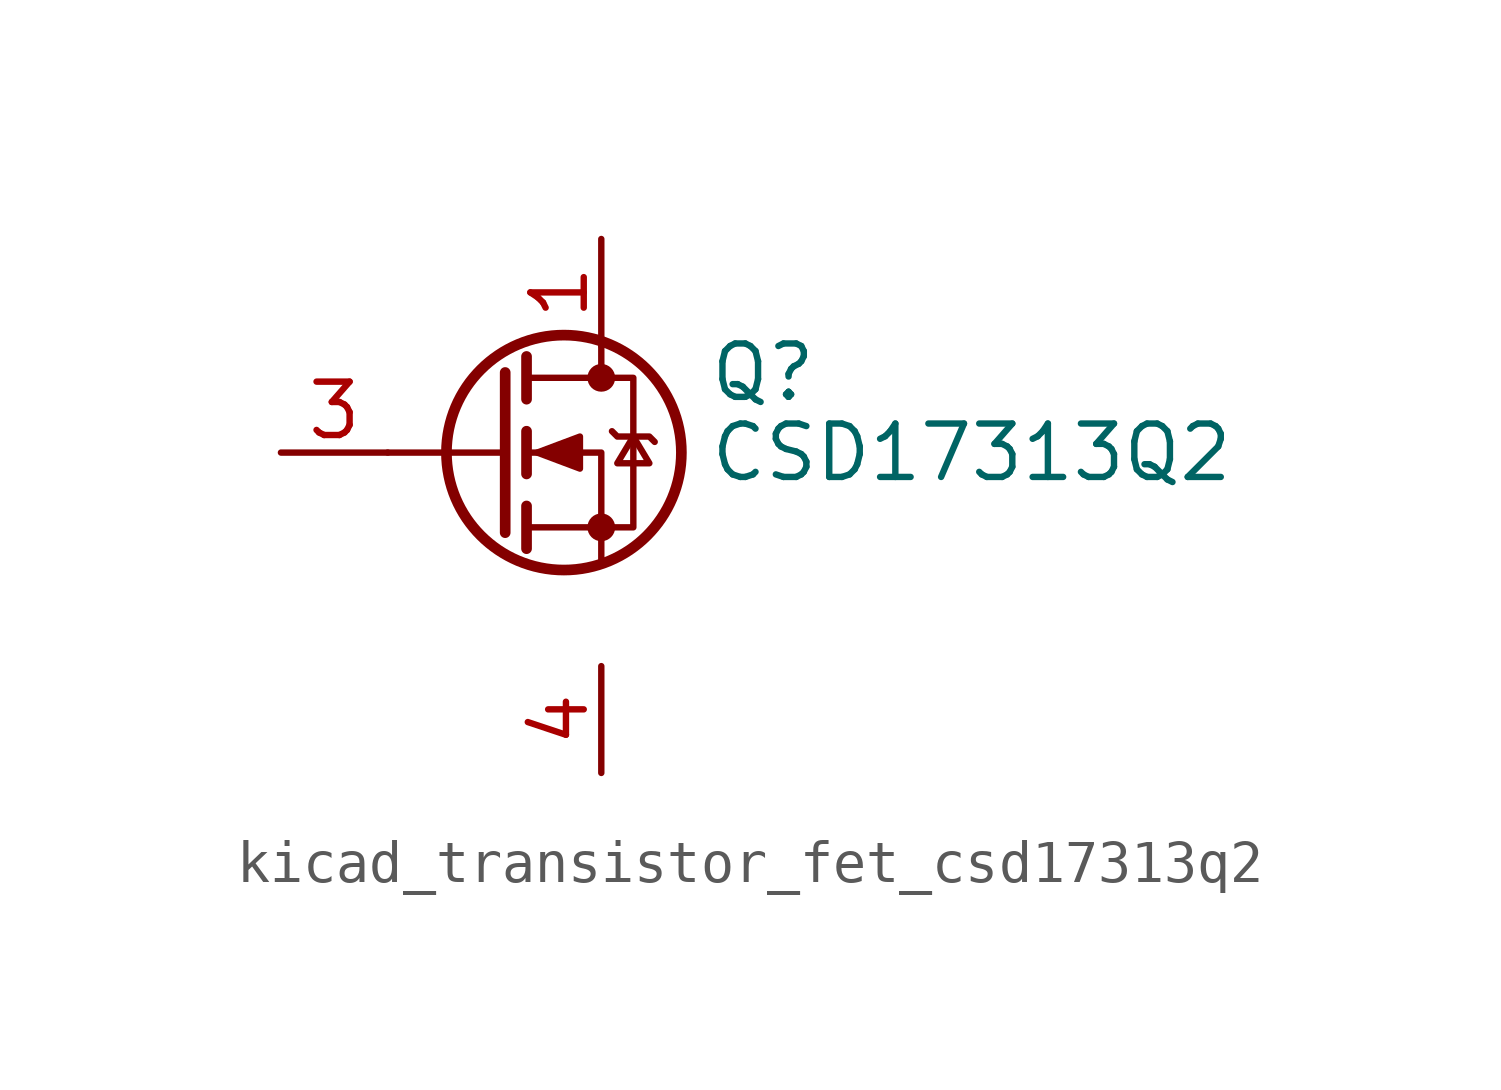
<source format=kicad_sym>
(kicad_symbol_lib
  (version 20220914)
  (generator kicad_symbol_editor)
  (symbol "kicad_transistor_fet_csd17313q2"
    (pin_names hide)
    (property "Reference" "Q"
      (at 5.08 1.905 0)
      (effects (font (size 1.27 1.27)) (justify left)))
    (property "Value" "CSD17313Q2"
      (at 5.08 0 0)
      (effects (font (size 1.27 1.27)) (justify left)))
    (symbol "kicad_transistor_fet_csd17313q2_0_1"
      (polyline (pts (xy 0.254 0) (xy -2.54 0)) (stroke (width 0) (type default)) (fill (type none)))
      (polyline (pts (xy 0.254 1.905) (xy 0.254 -1.905)) (stroke (width 0.254) (type default)) (fill (type none)))
      (polyline (pts (xy 0.762 -1.27) (xy 0.762 -2.286)) (stroke (width 0.254) (type default)) (fill (type none)))
      (polyline (pts (xy 0.762 0.508) (xy 0.762 -0.508)) (stroke (width 0.254) (type default)) (fill (type none)))
      (polyline (pts (xy 0.762 2.286) (xy 0.762 1.27)) (stroke (width 0.254) (type default)) (fill (type none)))
      (polyline (pts (xy 2.54 2.54) (xy 2.54 1.778)) (stroke (width 0) (type default)) (fill (type none)))
      (polyline (pts (xy 2.54 -2.54) (xy 2.54 0) (xy 0.762 0)) (stroke (width 0) (type default)) (fill (type none)))
      (polyline (pts (xy 0.762 -1.778) (xy 3.302 -1.778) (xy 3.302 1.778) (xy 0.762 1.778)) (stroke (width 0) (type default)) (fill (type none)))
      (polyline (pts (xy 1.016 0) (xy 2.032 0.381) (xy 2.032 -0.381) (xy 1.016 0)) (stroke (width 0) (type default)) (fill (type outline)))
      (polyline (pts (xy 2.794 0.508) (xy 2.921 0.381) (xy 3.683 0.381) (xy 3.81 0.254)) (stroke (width 0) (type default)) (fill (type none)))
      (polyline (pts (xy 3.302 0.381) (xy 2.921 -0.254) (xy 3.683 -0.254) (xy 3.302 0.381)) (stroke (width 0) (type default)) (fill (type none)))
      (circle (center 1.651 0) (radius 2.794) (stroke (width 0.254) (type default)) (fill (type none)))
      (circle (center 2.54 -1.778) (radius 0.254) (stroke (width 0) (type default)) (fill (type outline)))
      (circle (center 2.54 1.778) (radius 0.254) (stroke (width 0) (type default)) (fill (type outline))))
    (symbol "kicad_transistor_fet_csd17313q2_1_1"
      (pin passive line (at 2.54 5.08 270) (length 2.54) (name "D" (effects (font (size 1.27 1.27)))) (number "1" (effects (font (size 1.27 1.27)))))
      (pin passive line (at 2.54 5.08 270) (length 2.54) hide (name "D" (effects (font (size 1.27 1.27)))) (number "2" (effects (font (size 1.27 1.27)))))
      (pin passive line (at -5.08 0 0) (length 2.54) (name "G" (effects (font (size 1.27 1.27)))) (number "3" (effects (font (size 1.27 1.27)))))
      (pin passive line (at 2.54 -5.08 270) (length 2.54) (name "S" (effects (font (size 1.27 1.27)))) (number "4" (effects (font (size 1.27 1.27)))))
      (pin passive line (at 2.54 5.08 270) (length 2.54) hide (name "D" (effects (font (size 1.27 1.27)))) (number "5" (effects (font (size 1.27 1.27)))))
      (pin passive line (at 2.54 5.08 270) (length 2.54) hide (name "D" (effects (font (size 1.27 1.27)))) (number "6" (effects (font (size 1.27 1.27)))))
      (pin passive line (at 2.54 -5.08 270) (length 2.54) hide (name "S" (effects (font (size 1.27 1.27)))) (number "7" (effects (font (size 1.27 1.27)))))
      (pin passive line (at 2.54 5.08 270) (length 2.54) hide (name "D" (effects (font (size 1.27 1.27)))) (number "8" (effects (font (size 1.27 1.27))))))))
</source>
